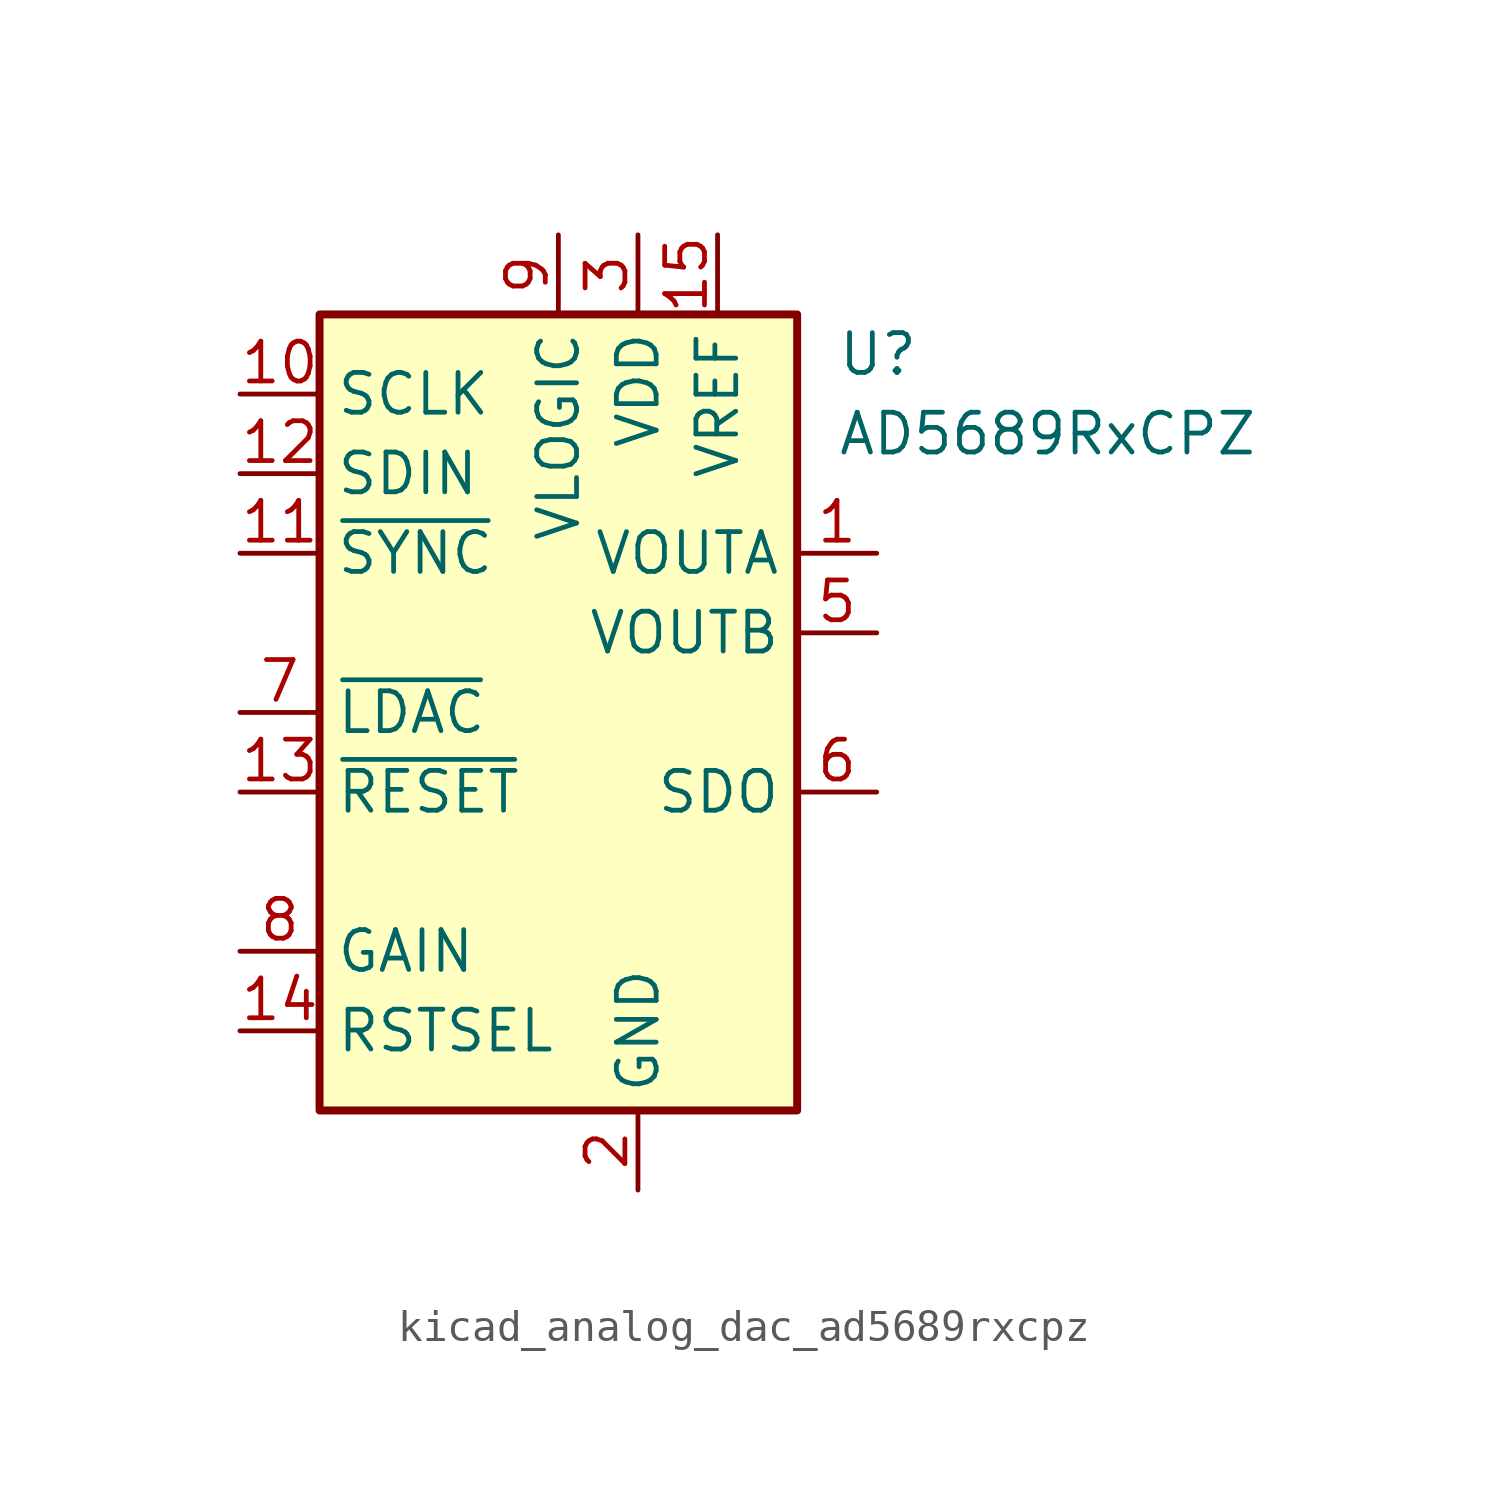
<source format=kicad_sym>
(kicad_symbol_lib
  (version 20220914)
  (generator kicad_symbol_editor)
  (symbol "kicad_analog_dac_ad5689rxcpz"
    (property "Reference" "U"
      (at 8.89 11.43 0)
      (effects (font (size 1.27 1.27)) (justify left)))
    (property "Value" "AD5689RxCPZ"
      (at 8.89 8.89 0)
      (effects (font (size 1.27 1.27)) (justify left)))
    (symbol "kicad_analog_dac_ad5689rxcpz_0_1"
      (rectangle (start -7.62 12.7) (end 7.62 -12.7) (stroke (width 0.254) (type default)) (fill (type background))))
    (symbol "kicad_analog_dac_ad5689rxcpz_1_1"
      (pin output line (at 10.16 5.08 180) (length 2.54) (name "VOUTA" (effects (font (size 1.27 1.27)))) (number "1" (effects (font (size 1.27 1.27)))))
      (pin input line (at -10.16 10.16 0) (length 2.54) (name "SCLK" (effects (font (size 1.27 1.27)))) (number "10" (effects (font (size 1.27 1.27)))))
      (pin input line (at -10.16 5.08 0) (length 2.54) (name "~{SYNC}" (effects (font (size 1.27 1.27)))) (number "11" (effects (font (size 1.27 1.27)))))
      (pin input line (at -10.16 7.62 0) (length 2.54) (name "SDIN" (effects (font (size 1.27 1.27)))) (number "12" (effects (font (size 1.27 1.27)))))
      (pin input line (at -10.16 -2.54 0) (length 2.54) (name "~{RESET}" (effects (font (size 1.27 1.27)))) (number "13" (effects (font (size 1.27 1.27)))))
      (pin input line (at -10.16 -10.16 0) (length 2.54) (name "RSTSEL" (effects (font (size 1.27 1.27)))) (number "14" (effects (font (size 1.27 1.27)))))
      (pin power_in line (at 5.08 15.24 270) (length 2.54) (name "VREF" (effects (font (size 1.27 1.27)))) (number "15" (effects (font (size 1.27 1.27)))))
      (pin no_connect line (at 7.62 -5.08 180) (length 2.54) hide (name "NC" (effects (font (size 1.27 1.27)))) (number "16" (effects (font (size 1.27 1.27)))))
      (pin passive line (at 2.54 -15.24 90) (length 2.54) hide (name "GND" (effects (font (size 1.27 1.27)))) (number "17" (effects (font (size 1.27 1.27)))))
      (pin power_in line (at 2.54 -15.24 90) (length 2.54) (name "GND" (effects (font (size 1.27 1.27)))) (number "2" (effects (font (size 1.27 1.27)))))
      (pin power_in line (at 2.54 15.24 270) (length 2.54) (name "VDD" (effects (font (size 1.27 1.27)))) (number "3" (effects (font (size 1.27 1.27)))))
      (pin no_connect line (at 7.62 -7.62 180) (length 2.54) hide (name "NC" (effects (font (size 1.27 1.27)))) (number "4" (effects (font (size 1.27 1.27)))))
      (pin output line (at 10.16 2.54 180) (length 2.54) (name "VOUTB" (effects (font (size 1.27 1.27)))) (number "5" (effects (font (size 1.27 1.27)))))
      (pin output line (at 10.16 -2.54 180) (length 2.54) (name "SDO" (effects (font (size 1.27 1.27)))) (number "6" (effects (font (size 1.27 1.27)))))
      (pin input line (at -10.16 0 0) (length 2.54) (name "~{LDAC}" (effects (font (size 1.27 1.27)))) (number "7" (effects (font (size 1.27 1.27)))))
      (pin input line (at -10.16 -7.62 0) (length 2.54) (name "GAIN" (effects (font (size 1.27 1.27)))) (number "8" (effects (font (size 1.27 1.27)))))
      (pin power_in line (at 0 15.24 270) (length 2.54) (name "VLOGIC" (effects (font (size 1.27 1.27)))) (number "9" (effects (font (size 1.27 1.27))))))))
</source>
